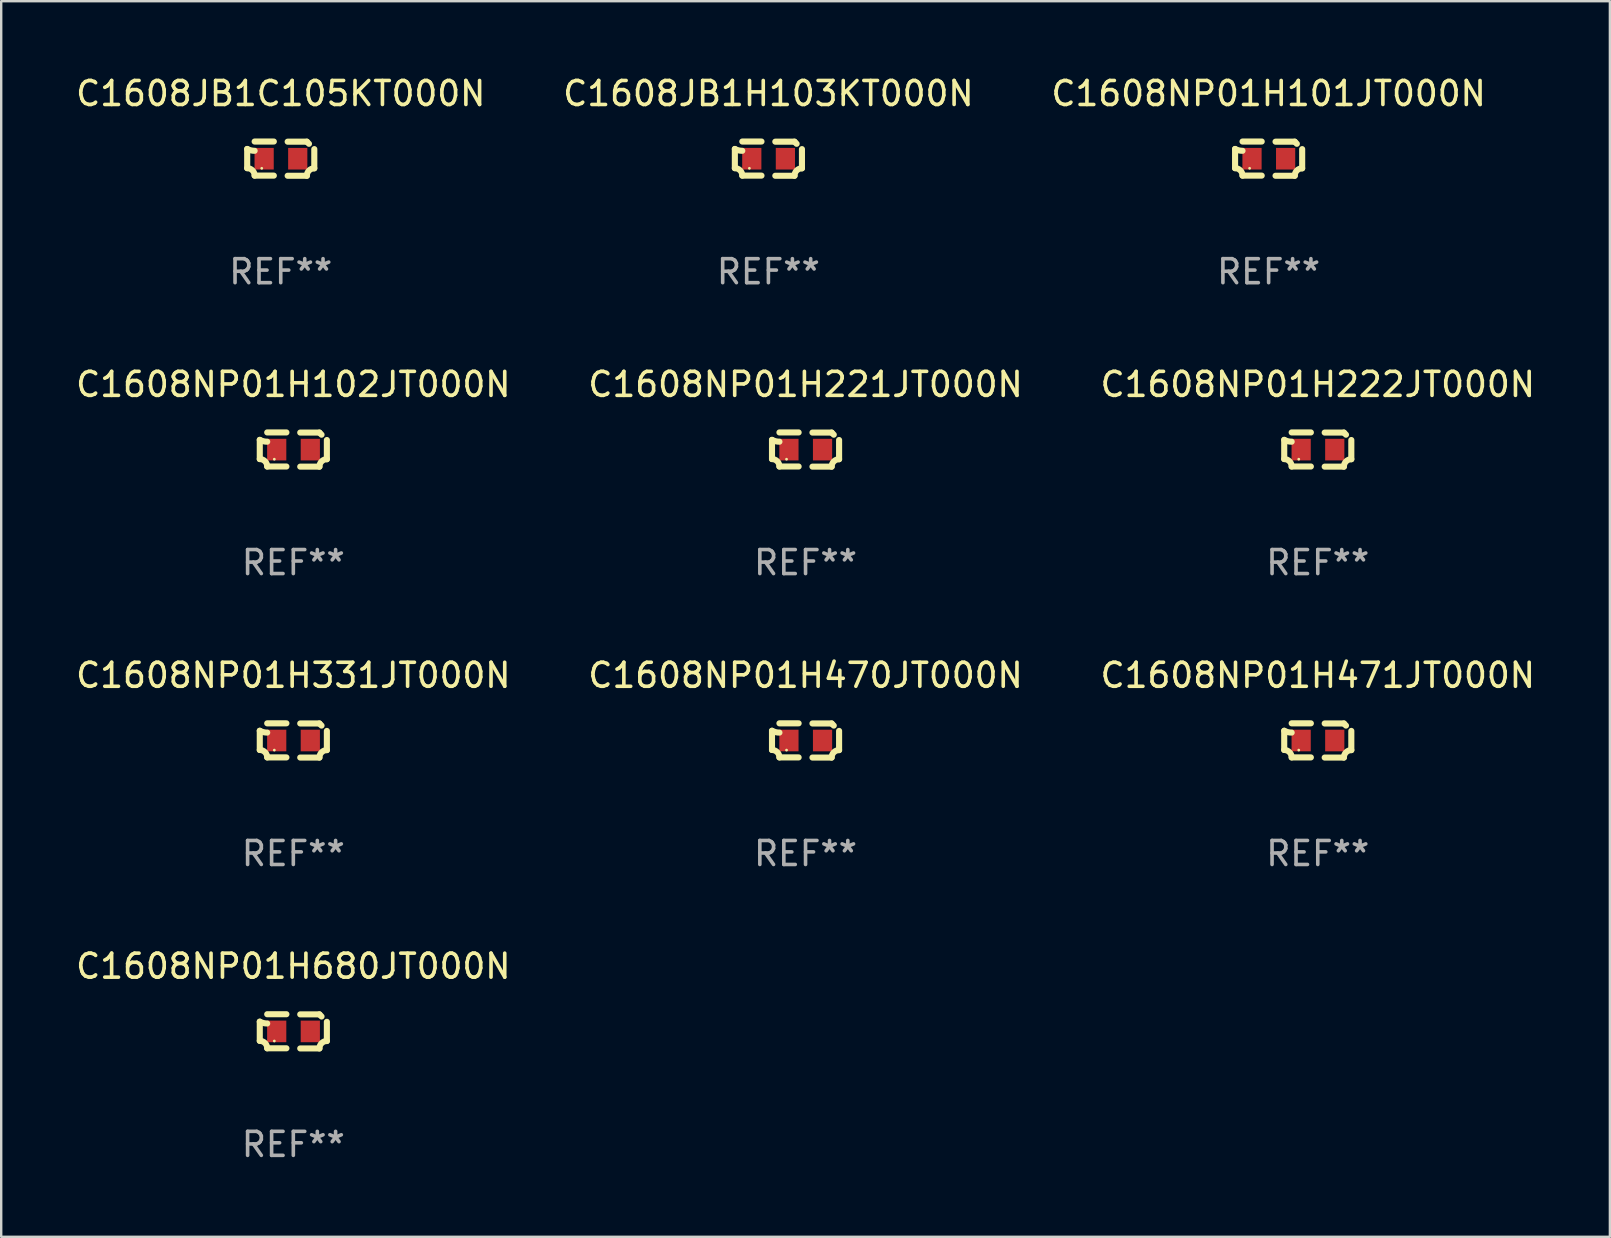
<source format=kicad_pcb>
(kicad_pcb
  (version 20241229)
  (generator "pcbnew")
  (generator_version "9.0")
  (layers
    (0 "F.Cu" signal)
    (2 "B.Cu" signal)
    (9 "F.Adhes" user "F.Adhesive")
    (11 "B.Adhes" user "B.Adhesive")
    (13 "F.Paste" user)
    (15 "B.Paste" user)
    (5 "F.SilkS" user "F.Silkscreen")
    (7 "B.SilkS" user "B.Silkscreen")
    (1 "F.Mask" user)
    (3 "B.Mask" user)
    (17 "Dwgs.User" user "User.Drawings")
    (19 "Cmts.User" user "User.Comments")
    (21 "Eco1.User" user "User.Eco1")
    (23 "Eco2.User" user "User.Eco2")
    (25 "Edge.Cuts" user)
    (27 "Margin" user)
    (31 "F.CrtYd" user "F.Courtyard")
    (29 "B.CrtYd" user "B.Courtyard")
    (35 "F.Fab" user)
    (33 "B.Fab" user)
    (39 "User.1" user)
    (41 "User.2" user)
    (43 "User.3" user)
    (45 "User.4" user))
  (footprint "C1608NP01H470JT000N"
    (layer "F.Cu")
    (at 30.518 27.805)
    (property "Reference" "C1608NP01H470JT000N" (at 0 -2.713 0) (layer "F.SilkS") (effects (font (size 1 1) (thickness 0.15))))
    (attr through_hole)
    (fp_line (start -1.398 -0.403) (end -1.398 0.397) (stroke (width 0.254) (type solid)) (layer "F.SilkS"))
    (fp_line (start -0.288 -0.713) (end -1.088 -0.713) (stroke (width 0.254) (type solid)) (layer "F.SilkS"))
    (fp_line (start -0.288 0.707) (end -1.088 0.707) (stroke (width 0.254) (type solid)) (layer "F.SilkS"))
    (fp_line (start 0.288 -0.707) (end 1.088 -0.707) (stroke (width 0.254) (type solid)) (layer "F.SilkS"))
    (fp_line (start 0.288 0.713) (end 1.088 0.713) (stroke (width 0.254) (type solid)) (layer "F.SilkS"))
    (fp_line (start 1.398 -0.397) (end 1.398 0.403) (stroke (width 0.254) (type solid)) (layer "F.SilkS"))
    (fp_arc (start -1.397789 0.397066) (mid -1.178701 0.487826) (end -1.08796 0.706922) (stroke (width 0.254001) (type solid)) (layer "F.SilkS"))
    (fp_arc (start -1.08796 -0.327176) (mid -1.247436 -0.346384) (end -1.39779 -0.402908) (stroke (width 0.254001) (type solid)) (layer "F.SilkS"))
    (fp_arc (start 1.087909 0.712738) (mid 1.178656 0.493655) (end 1.397739 0.402908) (stroke (width 0.254001) (type solid)) (layer "F.SilkS"))
    (fp_arc (start 1.175925 -0.618926) (mid 1.131917 -0.662923) (end 1.08791 -0.706922) (stroke (width 0.254001) (type solid)) (layer "F.SilkS"))
    (fp_circle (center -0.792 0.403) (end -0.762 0.403) (stroke (width 0.06) (type solid)) (fill no) (layer "F.SilkS"))
    (fp_text user "REF**" (at 0 4.713 0) (layer "F.Fab") (effects (font (size 1 1) (thickness 0.15))))
    (pad "1" smd rect (at -0.692 0.003) (size 0.8 0.9) (layers "F.Cu" "F.Mask" "F.Paste"))
    (pad "2" smd rect (at 0.708 0.003) (size 0.8 0.9) (layers "F.Cu" "F.Mask" "F.Paste")))
  (footprint "C1608NP01H101JT000N"
    (layer "F.Cu")
    (at 49.815 3.561)
    (property "Reference" "C1608NP01H101JT000N" (at 0 -2.713 0) (layer "F.SilkS") (effects (font (size 1 1) (thickness 0.15))))
    (attr through_hole)
    (fp_line (start -1.398 -0.403) (end -1.398 0.397) (stroke (width 0.254) (type solid)) (layer "F.SilkS"))
    (fp_line (start -0.288 -0.713) (end -1.088 -0.713) (stroke (width 0.254) (type solid)) (layer "F.SilkS"))
    (fp_line (start -0.288 0.707) (end -1.088 0.707) (stroke (width 0.254) (type solid)) (layer "F.SilkS"))
    (fp_line (start 0.288 -0.707) (end 1.088 -0.707) (stroke (width 0.254) (type solid)) (layer "F.SilkS"))
    (fp_line (start 0.288 0.713) (end 1.088 0.713) (stroke (width 0.254) (type solid)) (layer "F.SilkS"))
    (fp_line (start 1.398 -0.397) (end 1.398 0.403) (stroke (width 0.254) (type solid)) (layer "F.SilkS"))
    (fp_arc (start -1.397789 0.397066) (mid -1.178701 0.487826) (end -1.08796 0.706922) (stroke (width 0.254001) (type solid)) (layer "F.SilkS"))
    (fp_arc (start -1.08796 -0.327176) (mid -1.247436 -0.346384) (end -1.39779 -0.402908) (stroke (width 0.254001) (type solid)) (layer "F.SilkS"))
    (fp_arc (start 1.087909 0.712738) (mid 1.178656 0.493655) (end 1.397739 0.402908) (stroke (width 0.254001) (type solid)) (layer "F.SilkS"))
    (fp_arc (start 1.175925 -0.618926) (mid 1.131917 -0.662923) (end 1.08791 -0.706922) (stroke (width 0.254001) (type solid)) (layer "F.SilkS"))
    (fp_circle (center -0.792 0.403) (end -0.762 0.403) (stroke (width 0.06) (type solid)) (fill no) (layer "F.SilkS"))
    (fp_text user "REF**" (at 0 4.713 0) (layer "F.Fab") (effects (font (size 1 1) (thickness 0.15))))
    (pad "1" smd rect (at -0.692 0.003) (size 0.8 0.9) (layers "F.Cu" "F.Mask" "F.Paste"))
    (pad "2" smd rect (at 0.708 0.003) (size 0.8 0.9) (layers "F.Cu" "F.Mask" "F.Paste")))
  (footprint "C1608NP01H102JT000N"
    (layer "F.Cu")
    (at 9.173 15.683)
    (property "Reference" "C1608NP01H102JT000N" (at 0 -2.713 0) (layer "F.SilkS") (effects (font (size 1 1) (thickness 0.15))))
    (attr through_hole)
    (fp_line (start -1.398 -0.403) (end -1.398 0.397) (stroke (width 0.254) (type solid)) (layer "F.SilkS"))
    (fp_line (start -0.288 -0.713) (end -1.088 -0.713) (stroke (width 0.254) (type solid)) (layer "F.SilkS"))
    (fp_line (start -0.288 0.707) (end -1.088 0.707) (stroke (width 0.254) (type solid)) (layer "F.SilkS"))
    (fp_line (start 0.288 -0.707) (end 1.088 -0.707) (stroke (width 0.254) (type solid)) (layer "F.SilkS"))
    (fp_line (start 0.288 0.713) (end 1.088 0.713) (stroke (width 0.254) (type solid)) (layer "F.SilkS"))
    (fp_line (start 1.398 -0.397) (end 1.398 0.403) (stroke (width 0.254) (type solid)) (layer "F.SilkS"))
    (fp_arc (start -1.397789 0.397066) (mid -1.178701 0.487826) (end -1.08796 0.706922) (stroke (width 0.254001) (type solid)) (layer "F.SilkS"))
    (fp_arc (start -1.08796 -0.327176) (mid -1.247436 -0.346384) (end -1.39779 -0.402908) (stroke (width 0.254001) (type solid)) (layer "F.SilkS"))
    (fp_arc (start 1.087909 0.712738) (mid 1.178656 0.493655) (end 1.397739 0.402908) (stroke (width 0.254001) (type solid)) (layer "F.SilkS"))
    (fp_arc (start 1.175925 -0.618926) (mid 1.131917 -0.662923) (end 1.08791 -0.706922) (stroke (width 0.254001) (type solid)) (layer "F.SilkS"))
    (fp_circle (center -0.792 0.403) (end -0.762 0.403) (stroke (width 0.06) (type solid)) (fill no) (layer "F.SilkS"))
    (fp_text user "REF**" (at 0 4.713 0) (layer "F.Fab") (effects (font (size 1 1) (thickness 0.15))))
    (pad "1" smd rect (at -0.692 0.003) (size 0.8 0.9) (layers "F.Cu" "F.Mask" "F.Paste"))
    (pad "2" smd rect (at 0.708 0.003) (size 0.8 0.9) (layers "F.Cu" "F.Mask" "F.Paste")))
  (footprint "C1608JB1C105KT000N"
    (layer "F.Cu")
    (at 8.649 3.561)
    (property "Reference" "C1608JB1C105KT000N" (at 0 -2.713 0) (layer "F.SilkS") (effects (font (size 1 1) (thickness 0.15))))
    (attr through_hole)
    (fp_line (start -1.398 -0.403) (end -1.398 0.397) (stroke (width 0.254) (type solid)) (layer "F.SilkS"))
    (fp_line (start -0.288 -0.713) (end -1.088 -0.713) (stroke (width 0.254) (type solid)) (layer "F.SilkS"))
    (fp_line (start -0.288 0.707) (end -1.088 0.707) (stroke (width 0.254) (type solid)) (layer "F.SilkS"))
    (fp_line (start 0.288 -0.707) (end 1.088 -0.707) (stroke (width 0.254) (type solid)) (layer "F.SilkS"))
    (fp_line (start 0.288 0.713) (end 1.088 0.713) (stroke (width 0.254) (type solid)) (layer "F.SilkS"))
    (fp_line (start 1.398 -0.397) (end 1.398 0.403) (stroke (width 0.254) (type solid)) (layer "F.SilkS"))
    (fp_arc (start -1.397789 0.397066) (mid -1.178701 0.487826) (end -1.08796 0.706922) (stroke (width 0.254001) (type solid)) (layer "F.SilkS"))
    (fp_arc (start -1.08796 -0.327176) (mid -1.247436 -0.346384) (end -1.39779 -0.402908) (stroke (width 0.254001) (type solid)) (layer "F.SilkS"))
    (fp_arc (start 1.087909 0.712738) (mid 1.178656 0.493655) (end 1.397739 0.402908) (stroke (width 0.254001) (type solid)) (layer "F.SilkS"))
    (fp_arc (start 1.175925 -0.618926) (mid 1.131917 -0.662923) (end 1.08791 -0.706922) (stroke (width 0.254001) (type solid)) (layer "F.SilkS"))
    (fp_circle (center -0.792 0.403) (end -0.762 0.403) (stroke (width 0.06) (type solid)) (fill no) (layer "F.SilkS"))
    (fp_text user "REF**" (at 0 4.713 0) (layer "F.Fab") (effects (font (size 1 1) (thickness 0.15))))
    (pad "1" smd rect (at -0.692 0.003) (size 0.8 0.9) (layers "F.Cu" "F.Mask" "F.Paste"))
    (pad "2" smd rect (at 0.708 0.003) (size 0.8 0.9) (layers "F.Cu" "F.Mask" "F.Paste")))
  (footprint "C1608NP01H221JT000N"
    (layer "F.Cu")
    (at 30.518 15.683)
    (property "Reference" "C1608NP01H221JT000N" (at 0 -2.713 0) (layer "F.SilkS") (effects (font (size 1 1) (thickness 0.15))))
    (attr through_hole)
    (fp_line (start -1.398 -0.403) (end -1.398 0.397) (stroke (width 0.254) (type solid)) (layer "F.SilkS"))
    (fp_line (start -0.288 -0.713) (end -1.088 -0.713) (stroke (width 0.254) (type solid)) (layer "F.SilkS"))
    (fp_line (start -0.288 0.707) (end -1.088 0.707) (stroke (width 0.254) (type solid)) (layer "F.SilkS"))
    (fp_line (start 0.288 -0.707) (end 1.088 -0.707) (stroke (width 0.254) (type solid)) (layer "F.SilkS"))
    (fp_line (start 0.288 0.713) (end 1.088 0.713) (stroke (width 0.254) (type solid)) (layer "F.SilkS"))
    (fp_line (start 1.398 -0.397) (end 1.398 0.403) (stroke (width 0.254) (type solid)) (layer "F.SilkS"))
    (fp_arc (start -1.397789 0.397066) (mid -1.178701 0.487826) (end -1.08796 0.706922) (stroke (width 0.254001) (type solid)) (layer "F.SilkS"))
    (fp_arc (start -1.08796 -0.327176) (mid -1.247436 -0.346384) (end -1.39779 -0.402908) (stroke (width 0.254001) (type solid)) (layer "F.SilkS"))
    (fp_arc (start 1.087909 0.712738) (mid 1.178656 0.493655) (end 1.397739 0.402908) (stroke (width 0.254001) (type solid)) (layer "F.SilkS"))
    (fp_arc (start 1.175925 -0.618926) (mid 1.131917 -0.662923) (end 1.08791 -0.706922) (stroke (width 0.254001) (type solid)) (layer "F.SilkS"))
    (fp_circle (center -0.792 0.403) (end -0.762 0.403) (stroke (width 0.06) (type solid)) (fill no) (layer "F.SilkS"))
    (fp_text user "REF**" (at 0 4.713 0) (layer "F.Fab") (effects (font (size 1 1) (thickness 0.15))))
    (pad "1" smd rect (at -0.692 0.003) (size 0.8 0.9) (layers "F.Cu" "F.Mask" "F.Paste"))
    (pad "2" smd rect (at 0.708 0.003) (size 0.8 0.9) (layers "F.Cu" "F.Mask" "F.Paste")))
  (footprint "C1608NP01H331JT000N"
    (layer "F.Cu")
    (at 9.173 27.805)
    (property "Reference" "C1608NP01H331JT000N" (at 0 -2.713 0) (layer "F.SilkS") (effects (font (size 1 1) (thickness 0.15))))
    (attr through_hole)
    (fp_line (start -1.398 -0.403) (end -1.398 0.397) (stroke (width 0.254) (type solid)) (layer "F.SilkS"))
    (fp_line (start -0.288 -0.713) (end -1.088 -0.713) (stroke (width 0.254) (type solid)) (layer "F.SilkS"))
    (fp_line (start -0.288 0.707) (end -1.088 0.707) (stroke (width 0.254) (type solid)) (layer "F.SilkS"))
    (fp_line (start 0.288 -0.707) (end 1.088 -0.707) (stroke (width 0.254) (type solid)) (layer "F.SilkS"))
    (fp_line (start 0.288 0.713) (end 1.088 0.713) (stroke (width 0.254) (type solid)) (layer "F.SilkS"))
    (fp_line (start 1.398 -0.397) (end 1.398 0.403) (stroke (width 0.254) (type solid)) (layer "F.SilkS"))
    (fp_arc (start -1.397789 0.397066) (mid -1.178701 0.487826) (end -1.08796 0.706922) (stroke (width 0.254001) (type solid)) (layer "F.SilkS"))
    (fp_arc (start -1.08796 -0.327176) (mid -1.247436 -0.346384) (end -1.39779 -0.402908) (stroke (width 0.254001) (type solid)) (layer "F.SilkS"))
    (fp_arc (start 1.087909 0.712738) (mid 1.178656 0.493655) (end 1.397739 0.402908) (stroke (width 0.254001) (type solid)) (layer "F.SilkS"))
    (fp_arc (start 1.175925 -0.618926) (mid 1.131917 -0.662923) (end 1.08791 -0.706922) (stroke (width 0.254001) (type solid)) (layer "F.SilkS"))
    (fp_circle (center -0.792 0.403) (end -0.762 0.403) (stroke (width 0.06) (type solid)) (fill no) (layer "F.SilkS"))
    (fp_text user "REF**" (at 0 4.713 0) (layer "F.Fab") (effects (font (size 1 1) (thickness 0.15))))
    (pad "1" smd rect (at -0.692 0.003) (size 0.8 0.9) (layers "F.Cu" "F.Mask" "F.Paste"))
    (pad "2" smd rect (at 0.708 0.003) (size 0.8 0.9) (layers "F.Cu" "F.Mask" "F.Paste")))
  (footprint "C1608NP01H680JT000N"
    (layer "F.Cu")
    (at 9.173 39.927)
    (property "Reference" "C1608NP01H680JT000N" (at 0 -2.713 0) (layer "F.SilkS") (effects (font (size 1 1) (thickness 0.15))))
    (attr through_hole)
    (fp_line (start -1.398 -0.403) (end -1.398 0.397) (stroke (width 0.254) (type solid)) (layer "F.SilkS"))
    (fp_line (start -0.288 -0.713) (end -1.088 -0.713) (stroke (width 0.254) (type solid)) (layer "F.SilkS"))
    (fp_line (start -0.288 0.707) (end -1.088 0.707) (stroke (width 0.254) (type solid)) (layer "F.SilkS"))
    (fp_line (start 0.288 -0.707) (end 1.088 -0.707) (stroke (width 0.254) (type solid)) (layer "F.SilkS"))
    (fp_line (start 0.288 0.713) (end 1.088 0.713) (stroke (width 0.254) (type solid)) (layer "F.SilkS"))
    (fp_line (start 1.398 -0.397) (end 1.398 0.403) (stroke (width 0.254) (type solid)) (layer "F.SilkS"))
    (fp_arc (start -1.397789 0.397066) (mid -1.178701 0.487826) (end -1.08796 0.706922) (stroke (width 0.254001) (type solid)) (layer "F.SilkS"))
    (fp_arc (start -1.08796 -0.327176) (mid -1.247436 -0.346384) (end -1.39779 -0.402908) (stroke (width 0.254001) (type solid)) (layer "F.SilkS"))
    (fp_arc (start 1.087909 0.712738) (mid 1.178656 0.493655) (end 1.397739 0.402908) (stroke (width 0.254001) (type solid)) (layer "F.SilkS"))
    (fp_arc (start 1.175925 -0.618926) (mid 1.131917 -0.662923) (end 1.08791 -0.706922) (stroke (width 0.254001) (type solid)) (layer "F.SilkS"))
    (fp_circle (center -0.792 0.403) (end -0.762 0.403) (stroke (width 0.06) (type solid)) (fill no) (layer "F.SilkS"))
    (fp_text user "REF**" (at 0 4.713 0) (layer "F.Fab") (effects (font (size 1 1) (thickness 0.15))))
    (pad "1" smd rect (at -0.692 0.003) (size 0.8 0.9) (layers "F.Cu" "F.Mask" "F.Paste"))
    (pad "2" smd rect (at 0.708 0.003) (size 0.8 0.9) (layers "F.Cu" "F.Mask" "F.Paste")))
  (footprint "C1608NP01H471JT000N"
    (layer "F.Cu")
    (at 51.863 27.805)
    (property "Reference" "C1608NP01H471JT000N" (at 0 -2.713 0) (layer "F.SilkS") (effects (font (size 1 1) (thickness 0.15))))
    (attr through_hole)
    (fp_line (start -1.398 -0.403) (end -1.398 0.397) (stroke (width 0.254) (type solid)) (layer "F.SilkS"))
    (fp_line (start -0.288 -0.713) (end -1.088 -0.713) (stroke (width 0.254) (type solid)) (layer "F.SilkS"))
    (fp_line (start -0.288 0.707) (end -1.088 0.707) (stroke (width 0.254) (type solid)) (layer "F.SilkS"))
    (fp_line (start 0.288 -0.707) (end 1.088 -0.707) (stroke (width 0.254) (type solid)) (layer "F.SilkS"))
    (fp_line (start 0.288 0.713) (end 1.088 0.713) (stroke (width 0.254) (type solid)) (layer "F.SilkS"))
    (fp_line (start 1.398 -0.397) (end 1.398 0.403) (stroke (width 0.254) (type solid)) (layer "F.SilkS"))
    (fp_arc (start -1.397789 0.397066) (mid -1.178701 0.487826) (end -1.08796 0.706922) (stroke (width 0.254001) (type solid)) (layer "F.SilkS"))
    (fp_arc (start -1.08796 -0.327176) (mid -1.247436 -0.346384) (end -1.39779 -0.402908) (stroke (width 0.254001) (type solid)) (layer "F.SilkS"))
    (fp_arc (start 1.087909 0.712738) (mid 1.178656 0.493655) (end 1.397739 0.402908) (stroke (width 0.254001) (type solid)) (layer "F.SilkS"))
    (fp_arc (start 1.175925 -0.618926) (mid 1.131917 -0.662923) (end 1.08791 -0.706922) (stroke (width 0.254001) (type solid)) (layer "F.SilkS"))
    (fp_circle (center -0.792 0.403) (end -0.762 0.403) (stroke (width 0.06) (type solid)) (fill no) (layer "F.SilkS"))
    (fp_text user "REF**" (at 0 4.713 0) (layer "F.Fab") (effects (font (size 1 1) (thickness 0.15))))
    (pad "1" smd rect (at -0.692 0.003) (size 0.8 0.9) (layers "F.Cu" "F.Mask" "F.Paste"))
    (pad "2" smd rect (at 0.708 0.003) (size 0.8 0.9) (layers "F.Cu" "F.Mask" "F.Paste")))
  (footprint "C1608NP01H222JT000N"
    (layer "F.Cu")
    (at 51.863 15.683)
    (property "Reference" "C1608NP01H222JT000N" (at 0 -2.713 0) (layer "F.SilkS") (effects (font (size 1 1) (thickness 0.15))))
    (attr through_hole)
    (fp_line (start -1.398 -0.403) (end -1.398 0.397) (stroke (width 0.254) (type solid)) (layer "F.SilkS"))
    (fp_line (start -0.288 -0.713) (end -1.088 -0.713) (stroke (width 0.254) (type solid)) (layer "F.SilkS"))
    (fp_line (start -0.288 0.707) (end -1.088 0.707) (stroke (width 0.254) (type solid)) (layer "F.SilkS"))
    (fp_line (start 0.288 -0.707) (end 1.088 -0.707) (stroke (width 0.254) (type solid)) (layer "F.SilkS"))
    (fp_line (start 0.288 0.713) (end 1.088 0.713) (stroke (width 0.254) (type solid)) (layer "F.SilkS"))
    (fp_line (start 1.398 -0.397) (end 1.398 0.403) (stroke (width 0.254) (type solid)) (layer "F.SilkS"))
    (fp_arc (start -1.397789 0.397066) (mid -1.178701 0.487826) (end -1.08796 0.706922) (stroke (width 0.254001) (type solid)) (layer "F.SilkS"))
    (fp_arc (start -1.08796 -0.327176) (mid -1.247436 -0.346384) (end -1.39779 -0.402908) (stroke (width 0.254001) (type solid)) (layer "F.SilkS"))
    (fp_arc (start 1.087909 0.712738) (mid 1.178656 0.493655) (end 1.397739 0.402908) (stroke (width 0.254001) (type solid)) (layer "F.SilkS"))
    (fp_arc (start 1.175925 -0.618926) (mid 1.131917 -0.662923) (end 1.08791 -0.706922) (stroke (width 0.254001) (type solid)) (layer "F.SilkS"))
    (fp_circle (center -0.792 0.403) (end -0.762 0.403) (stroke (width 0.06) (type solid)) (fill no) (layer "F.SilkS"))
    (fp_text user "REF**" (at 0 4.713 0) (layer "F.Fab") (effects (font (size 1 1) (thickness 0.15))))
    (pad "1" smd rect (at -0.692 0.003) (size 0.8 0.9) (layers "F.Cu" "F.Mask" "F.Paste"))
    (pad "2" smd rect (at 0.708 0.003) (size 0.8 0.9) (layers "F.Cu" "F.Mask" "F.Paste")))
  (footprint "C1608JB1H103KT000N"
    (layer "F.Cu")
    (at 28.97 3.561)
    (property "Reference" "C1608JB1H103KT000N" (at 0 -2.713 0) (layer "F.SilkS") (effects (font (size 1 1) (thickness 0.15))))
    (attr through_hole)
    (fp_line (start -1.398 -0.403) (end -1.398 0.397) (stroke (width 0.254) (type solid)) (layer "F.SilkS"))
    (fp_line (start -0.288 -0.713) (end -1.088 -0.713) (stroke (width 0.254) (type solid)) (layer "F.SilkS"))
    (fp_line (start -0.288 0.707) (end -1.088 0.707) (stroke (width 0.254) (type solid)) (layer "F.SilkS"))
    (fp_line (start 0.288 -0.707) (end 1.088 -0.707) (stroke (width 0.254) (type solid)) (layer "F.SilkS"))
    (fp_line (start 0.288 0.713) (end 1.088 0.713) (stroke (width 0.254) (type solid)) (layer "F.SilkS"))
    (fp_line (start 1.398 -0.397) (end 1.398 0.403) (stroke (width 0.254) (type solid)) (layer "F.SilkS"))
    (fp_arc (start -1.397789 0.397066) (mid -1.178701 0.487826) (end -1.08796 0.706922) (stroke (width 0.254001) (type solid)) (layer "F.SilkS"))
    (fp_arc (start -1.08796 -0.327176) (mid -1.247436 -0.346384) (end -1.39779 -0.402908) (stroke (width 0.254001) (type solid)) (layer "F.SilkS"))
    (fp_arc (start 1.087909 0.712738) (mid 1.178656 0.493655) (end 1.397739 0.402908) (stroke (width 0.254001) (type solid)) (layer "F.SilkS"))
    (fp_arc (start 1.175925 -0.618926) (mid 1.131917 -0.662923) (end 1.08791 -0.706922) (stroke (width 0.254001) (type solid)) (layer "F.SilkS"))
    (fp_circle (center -0.792 0.403) (end -0.762 0.403) (stroke (width 0.06) (type solid)) (fill no) (layer "F.SilkS"))
    (fp_text user "REF**" (at 0 4.713 0) (layer "F.Fab") (effects (font (size 1 1) (thickness 0.15))))
    (pad "1" smd rect (at -0.692 0.003) (size 0.8 0.9) (layers "F.Cu" "F.Mask" "F.Paste"))
    (pad "2" smd rect (at 0.708 0.003) (size 0.8 0.9) (layers "F.Cu" "F.Mask" "F.Paste")))
  (gr_rect
    (start -3 -3)
    (end 64.036 48.488)
    (stroke (width 0.1) (type default))
    (fill no)
    (layer "Edge.Cuts")))
</source>
